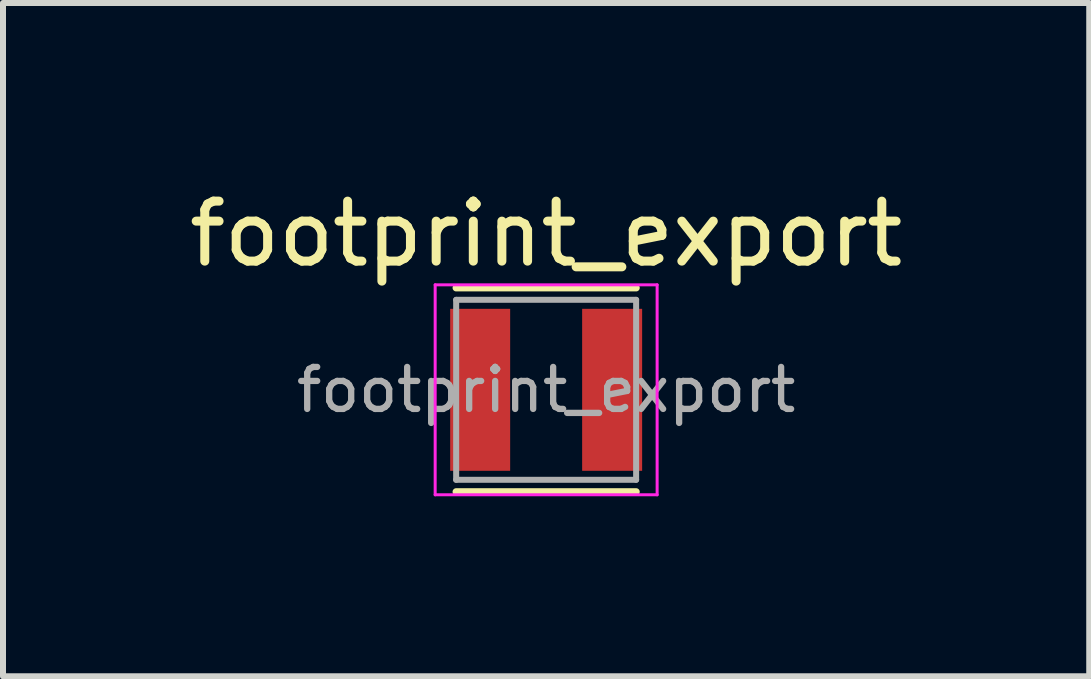
<source format=kicad_pcb>
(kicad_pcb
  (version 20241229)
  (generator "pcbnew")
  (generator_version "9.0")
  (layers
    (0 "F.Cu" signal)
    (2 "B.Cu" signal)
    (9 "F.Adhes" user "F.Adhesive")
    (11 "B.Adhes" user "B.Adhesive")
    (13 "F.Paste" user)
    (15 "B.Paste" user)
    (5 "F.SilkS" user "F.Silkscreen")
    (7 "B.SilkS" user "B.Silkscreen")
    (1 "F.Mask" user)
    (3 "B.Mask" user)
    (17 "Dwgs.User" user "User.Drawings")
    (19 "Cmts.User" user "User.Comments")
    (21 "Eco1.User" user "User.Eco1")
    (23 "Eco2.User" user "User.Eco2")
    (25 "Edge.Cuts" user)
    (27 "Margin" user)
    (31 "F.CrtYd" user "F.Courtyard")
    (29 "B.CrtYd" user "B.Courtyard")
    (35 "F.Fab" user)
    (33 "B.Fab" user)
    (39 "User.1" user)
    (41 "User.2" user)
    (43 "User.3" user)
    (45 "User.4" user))
  (footprint "footprint_export"
    (layer "F.Cu")
    (at 6.054 3.448)
    (property "Reference" "footprint_export" (at 0 -2.6 0) (layer "F.SilkS") (effects (font (size 1 1) (thickness 0.15))))
    (attr smd)
    (fp_line (start 1.5 -1.7) (end -1.5 -1.7) (stroke (width 0.12) (type solid)) (layer "F.SilkS"))
    (fp_line (start 1.5 1.7) (end -1.5 1.7) (stroke (width 0.12) (type solid)) (layer "F.SilkS"))
    (fp_line (start -1.85 -1.75) (end -1.85 1.75) (stroke (width 0.05) (type solid)) (layer "F.CrtYd"))
    (fp_line (start -1.85 -1.75) (end 1.85 -1.75) (stroke (width 0.05) (type solid)) (layer "F.CrtYd"))
    (fp_line (start 1.85 1.75) (end -1.85 1.75) (stroke (width 0.05) (type solid)) (layer "F.CrtYd"))
    (fp_line (start 1.85 1.75) (end 1.85 -1.75) (stroke (width 0.05) (type solid)) (layer "F.CrtYd"))
    (fp_line (start -1.5 -1.5) (end -1.5 1.5) (stroke (width 0.1) (type solid)) (layer "F.Fab"))
    (fp_line (start -1.5 1.5) (end 1.5 1.5) (stroke (width 0.1) (type solid)) (layer "F.Fab"))
    (fp_line (start 1.5 -1.5) (end -1.5 -1.5) (stroke (width 0.1) (type solid)) (layer "F.Fab"))
    (fp_line (start 1.5 1.5) (end 1.5 -1.5) (stroke (width 0.1) (type solid)) (layer "F.Fab"))
    (fp_text user "${REFERENCE}" (at 0 0 0) (layer "F.Fab") (effects (font (size 0.7 0.7) (thickness 0.105))))
    (pad "1" smd rect (at -1.1 0) (size 1 2.7) (layers "F.Cu" "F.Mask" "F.Paste"))
    (pad "2" smd rect (at 1.1 0) (size 1 2.7) (layers "F.Cu" "F.Mask" "F.Paste")))
  (gr_rect
    (start -3 -3)
    (end 15.107 8.223)
    (stroke (width 0.1) (type default))
    (fill no)
    (layer "Edge.Cuts")))
</source>
